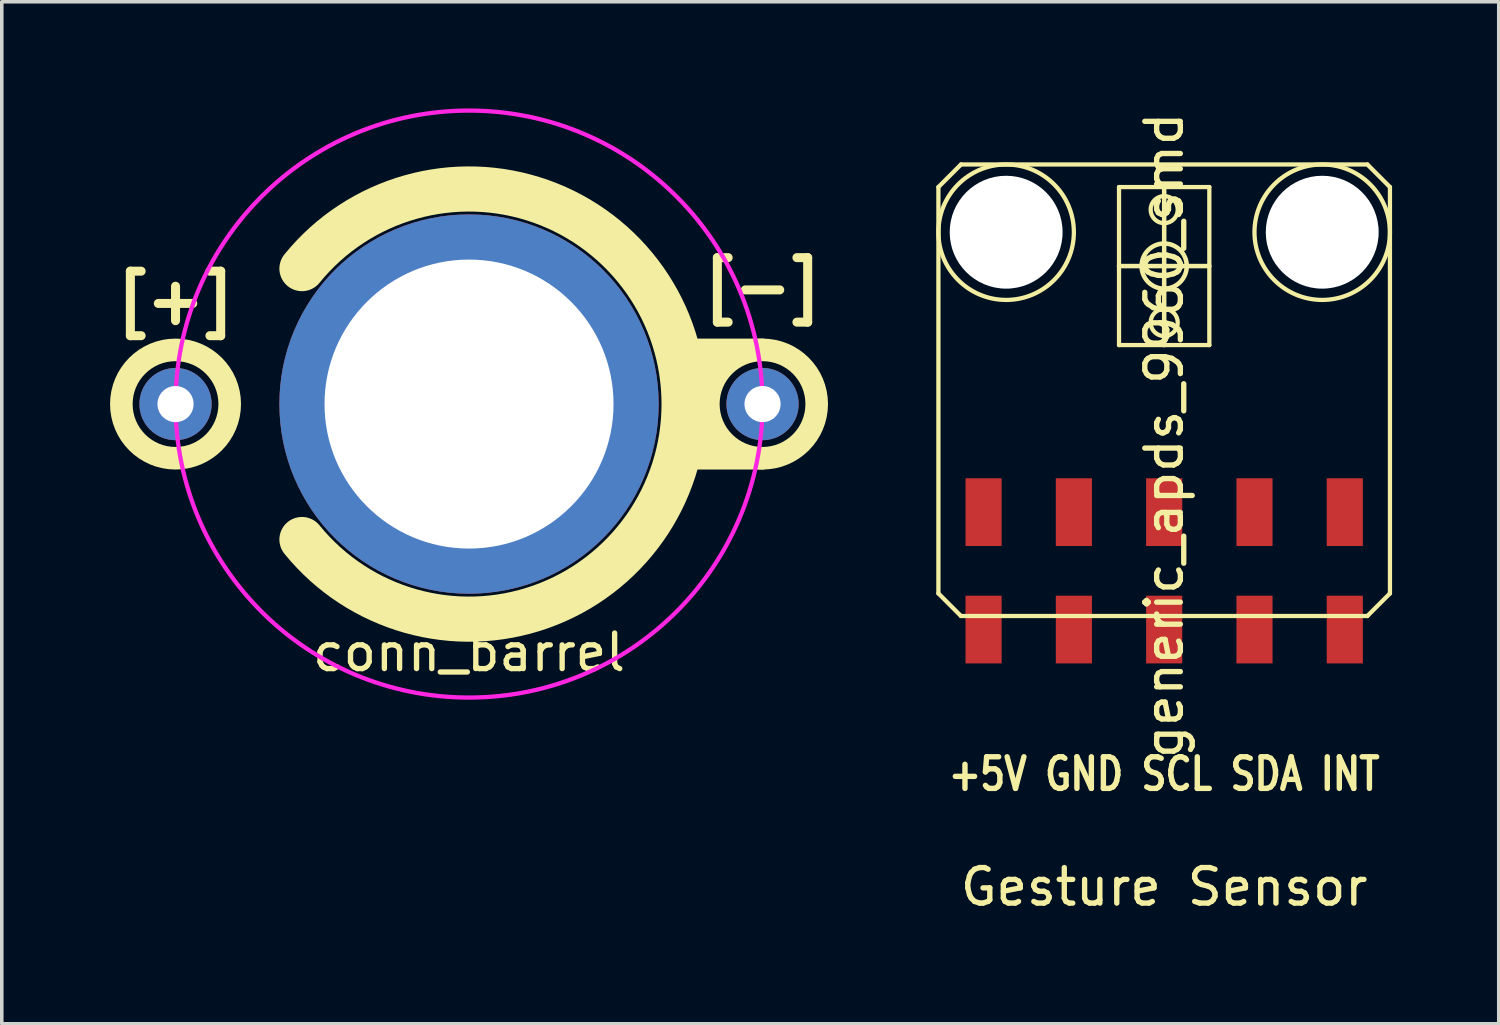
<source format=kicad_pcb>
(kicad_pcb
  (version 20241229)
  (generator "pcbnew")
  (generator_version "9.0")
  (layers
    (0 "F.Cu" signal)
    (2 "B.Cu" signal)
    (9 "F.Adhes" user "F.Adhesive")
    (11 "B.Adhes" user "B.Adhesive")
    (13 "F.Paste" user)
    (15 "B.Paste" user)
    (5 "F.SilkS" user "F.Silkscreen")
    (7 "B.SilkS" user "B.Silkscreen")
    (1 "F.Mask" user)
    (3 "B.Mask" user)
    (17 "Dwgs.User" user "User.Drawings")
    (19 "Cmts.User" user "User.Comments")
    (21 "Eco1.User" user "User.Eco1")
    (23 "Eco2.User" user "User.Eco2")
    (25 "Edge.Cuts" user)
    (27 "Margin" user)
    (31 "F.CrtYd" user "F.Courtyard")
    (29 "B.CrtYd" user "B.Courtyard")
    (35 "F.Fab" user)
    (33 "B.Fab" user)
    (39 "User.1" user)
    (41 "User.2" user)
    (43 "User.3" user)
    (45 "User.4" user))
  (footprint "generic_apds_9960_smd"
    (layer "F.Cu")
    (at 29.694 13.006)
    (property "Reference" "generic_apds_9960_smd" (at 0 -3.81 270) (layer "F.SilkS") (effects (font (size 1 1) (thickness 0.15))))
    (attr through_hole)
    (fp_line (start -6.35 0.635) (end -6.35 -10.795) (stroke (width 0.12) (type solid)) (layer "F.SilkS"))
    (fp_line (start -5.715 -11.43) (end -6.35 -10.795) (stroke (width 0.12) (type solid)) (layer "F.SilkS"))
    (fp_line (start -5.715 -11.43) (end 5.715 -11.43) (stroke (width 0.12) (type solid)) (layer "F.SilkS"))
    (fp_line (start -5.715 1.27) (end -6.35 0.635) (stroke (width 0.12) (type solid)) (layer "F.SilkS"))
    (fp_line (start -1.27 -10.795) (end 1.27 -10.795) (stroke (width 0.12) (type solid)) (layer "F.SilkS"))
    (fp_line (start -1.27 -8.572) (end 1.27 -8.572) (stroke (width 0.127) (type solid)) (layer "F.SilkS"))
    (fp_line (start -1.27 -6.35) (end -1.27 -10.795) (stroke (width 0.12) (type solid)) (layer "F.SilkS"))
    (fp_line (start 0 -10.795) (end 0 -6.35) (stroke (width 0.127) (type solid)) (layer "F.SilkS"))
    (fp_line (start 0 1.27) (end -5.715 1.27) (stroke (width 0.12) (type solid)) (layer "F.SilkS"))
    (fp_line (start 1.27 -10.795) (end 1.27 -6.35) (stroke (width 0.12) (type solid)) (layer "F.SilkS"))
    (fp_line (start 1.27 -6.35) (end -1.27 -6.35) (stroke (width 0.12) (type solid)) (layer "F.SilkS"))
    (fp_line (start 5.715 -11.43) (end 6.35 -10.795) (stroke (width 0.12) (type solid)) (layer "F.SilkS"))
    (fp_line (start 5.715 1.27) (end 0 1.27) (stroke (width 0.12) (type solid)) (layer "F.SilkS"))
    (fp_line (start 5.715 1.27) (end 6.35 0.635) (stroke (width 0.12) (type solid)) (layer "F.SilkS"))
    (fp_line (start 6.35 -10.795) (end 6.35 0.635) (stroke (width 0.12) (type solid)) (layer "F.SilkS"))
    (fp_circle (center -4.445 -9.525) (end -2.54 -9.525) (stroke (width 0.12) (type solid)) (fill no) (layer "F.SilkS"))
    (fp_circle (center 0 -10.16) (end 0.381 -10.16) (stroke (width 0.12) (type solid)) (fill no) (layer "F.SilkS"))
    (fp_circle (center 0 -8.572) (end 0.635 -8.572) (stroke (width 0.127) (type solid)) (fill no) (layer "F.SilkS"))
    (fp_circle (center 0 -6.985) (end 0.381 -6.985) (stroke (width 0.12) (type solid)) (fill no) (layer "F.SilkS"))
    (fp_circle (center 4.445 -9.525) (end 6.35 -9.525) (stroke (width 0.12) (type solid)) (fill no) (layer "F.SilkS"))
    (fp_text user "+5V GND SCL SDA INT" (at 0 5.715 0) (layer "F.SilkS") (effects (font (size 0.889 0.711) (thickness 0.152))))
    (fp_text user "Gesture Sensor" (at 0 8.89 0) (layer "F.SilkS") (effects (font (size 1 1) (thickness 0.15))))
    (pad "" np_thru_hole circle (at -4.445 -9.525) (size 3.175 3.175) (drill 3.175) (layers "*.Cu" "*.Mask"))
    (pad "" np_thru_hole circle (at 4.445 -9.525) (size 3.175 3.175) (drill 3.175) (layers "*.Cu" "*.Mask"))
    (pad "1" smd rect (at -5.08 -1.651) (size 1.016 1.905) (layers "F.Cu" "F.Mask" "F.Paste"))
    (pad "1" smd rect (at -5.08 1.651) (size 1.016 1.905) (layers "F.Cu" "F.Mask" "F.Paste"))
    (pad "2" smd rect (at -2.54 -1.651) (size 1.016 1.905) (layers "F.Cu" "F.Mask" "F.Paste"))
    (pad "2" smd rect (at -2.54 1.651) (size 1.016 1.905) (layers "F.Cu" "F.Mask" "F.Paste"))
    (pad "3" smd rect (at 0 -1.651) (size 1.016 1.905) (layers "F.Cu" "F.Mask" "F.Paste"))
    (pad "3" smd rect (at 0 1.651) (size 1.016 1.905) (layers "F.Cu" "F.Mask" "F.Paste"))
    (pad "4" smd rect (at 2.54 -1.651) (size 1.016 1.905) (layers "F.Cu" "F.Mask" "F.Paste"))
    (pad "4" smd rect (at 2.54 1.651) (size 1.016 1.905) (layers "F.Cu" "F.Mask" "F.Paste"))
    (pad "5" smd rect (at 5.08 -1.651) (size 1.016 1.905) (layers "F.Cu" "F.Mask" "F.Paste"))
    (pad "5" smd rect (at 5.08 1.651) (size 1.016 1.905) (layers "F.Cu" "F.Mask" "F.Paste")))
  (footprint "conn_barrel"
    (layer "F.Cu")
    (at 10.142 8.315)
    (property "Reference" "conn_barrel" (at 0 6.985 0) (layer "F.SilkS") (effects (font (size 1 1) (thickness 0.15))))
    (attr through_hole)
    (fp_arc (start -4.699 -3.81) (mid 6.049521 0) (end -4.699 3.81) (stroke (width 1.27) (type solid)) (layer "F.SilkS"))
    (fp_circle (center -8.255 0) (end -6.731 0) (stroke (width 0.635) (type solid)) (fill no) (layer "F.SilkS"))
    (fp_circle (center 8.255 0) (end 9.779 0) (stroke (width 0.635) (type solid)) (fill no) (layer "F.SilkS"))
    (fp_poly (pts (xy 6.731 -1.143) (xy 6.731 1.143) (xy 8.255 1.651) (xy 5.715 1.651) (xy 5.715 -1.651) (xy 8.255 -1.651)) (stroke (width 0.381) (type solid)) (fill yes) (layer "F.SilkS"))
    (fp_circle (center 0 0) (end 8.255 0) (stroke (width 0.12) (type solid)) (fill no) (layer "F.CrtYd"))
    (fp_text user "[-]" (at 8.255 -3.302 0) (layer "F.SilkS") (effects (font (size 1.27 1.27) (thickness 0.254))))
    (fp_text user "[+]" (at -8.255 -2.921 0) (layer "F.SilkS") (effects (font (size 1.27 1.27) (thickness 0.254))))
    (pad "1" thru_hole circle (at -8.255 0) (size 2.032 2.032) (drill 1.016) (layers "*.Cu" "*.Mask"))
    (pad "2" thru_hole circle (at 0 0) (size 10.668 10.668) (drill 8.128) (layers "*.Cu" "*.Mask"))
    (pad "2" thru_hole circle (at 8.255 0) (size 2.032 2.032) (drill 1.016) (layers "*.Cu" "*.Mask")))
  (gr_rect
    (start -3 -3)
    (end 39.104 25.745)
    (stroke (width 0.1) (type default))
    (fill no)
    (layer "Edge.Cuts")))
</source>
